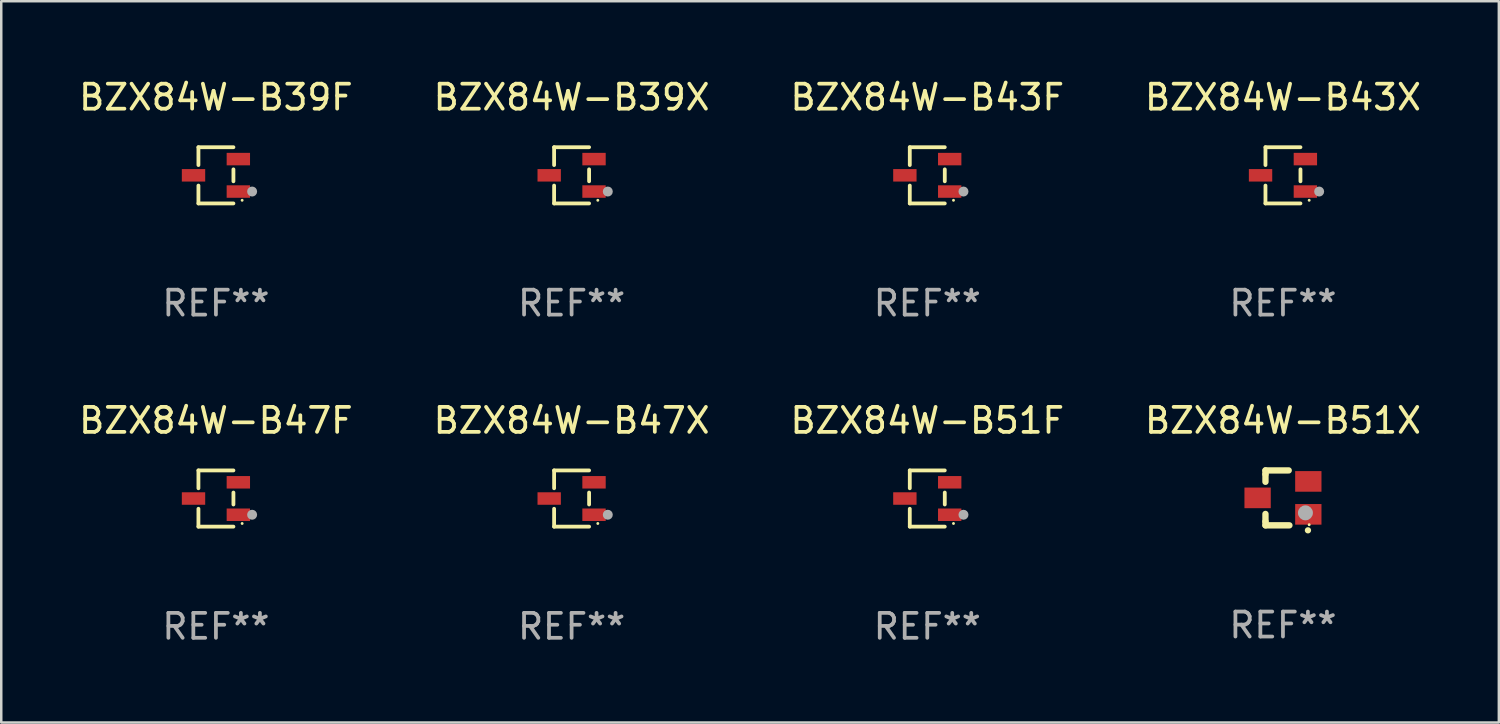
<source format=kicad_pcb>
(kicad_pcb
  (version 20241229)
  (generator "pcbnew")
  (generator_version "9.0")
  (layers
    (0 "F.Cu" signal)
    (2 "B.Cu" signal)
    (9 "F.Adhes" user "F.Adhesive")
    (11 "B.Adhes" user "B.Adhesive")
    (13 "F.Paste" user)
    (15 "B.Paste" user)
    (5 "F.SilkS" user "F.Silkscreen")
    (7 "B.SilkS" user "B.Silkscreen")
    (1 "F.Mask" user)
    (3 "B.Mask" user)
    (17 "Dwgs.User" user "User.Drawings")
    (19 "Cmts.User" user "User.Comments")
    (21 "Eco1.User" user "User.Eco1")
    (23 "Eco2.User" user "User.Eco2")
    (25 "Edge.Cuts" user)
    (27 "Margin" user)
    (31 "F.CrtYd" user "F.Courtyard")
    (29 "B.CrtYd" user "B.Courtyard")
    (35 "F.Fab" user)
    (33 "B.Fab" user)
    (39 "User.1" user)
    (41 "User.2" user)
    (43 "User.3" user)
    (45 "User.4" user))
  (footprint "BZX84W-B43F"
    (layer "F.Cu")
    (at 34.101 3.974)
    (property "Reference" "BZX84W-B43F" (at 0 -3.126 0) (layer "F.SilkS") (effects (font (size 1 1) (thickness 0.15))))
    (attr through_hole)
    (fp_line (start -0.701 -1.126) (end -0.701 -0.411) (stroke (width 0.152) (type solid)) (layer "F.SilkS"))
    (fp_line (start -0.701 1.126) (end -0.701 0.411) (stroke (width 0.152) (type solid)) (layer "F.SilkS"))
    (fp_line (start 0.701 -1.126) (end -0.701 -1.126) (stroke (width 0.152) (type solid)) (layer "F.SilkS"))
    (fp_line (start 0.701 -0.239) (end 0.701 0.239) (stroke (width 0.152) (type solid)) (layer "F.SilkS"))
    (fp_line (start 0.701 1.126) (end -0.701 1.126) (stroke (width 0.152) (type solid)) (layer "F.SilkS"))
    (fp_circle (center 1.05 1) (end 1.08 1) (stroke (width 0.06) (type solid)) (fill no) (layer "F.SilkS"))
    (fp_circle (center 1.45 0.65) (end 1.55 0.65) (stroke (width 0.2) (type solid)) (fill no) (layer "F.Fab"))
    (fp_text user "REF**" (at 0 5.126 0) (layer "F.Fab") (effects (font (size 1 1) (thickness 0.15))))
    (pad "1" smd rect (at 0.898 0.65) (size 0.936 0.5) (layers "F.Cu" "F.Mask" "F.Paste"))
    (pad "2" smd rect (at 0.898 -0.65) (size 0.936 0.5) (layers "F.Cu" "F.Mask" "F.Paste"))
    (pad "3" smd rect (at -0.898 0) (size 0.936 0.5) (layers "F.Cu" "F.Mask" "F.Paste")))
  (footprint "BZX84W-B39F"
    (layer "F.Cu")
    (at 5.601 3.974)
    (property "Reference" "BZX84W-B39F" (at 0 -3.126 0) (layer "F.SilkS") (effects (font (size 1 1) (thickness 0.15))))
    (attr through_hole)
    (fp_line (start -0.701 -1.126) (end -0.701 -0.411) (stroke (width 0.152) (type solid)) (layer "F.SilkS"))
    (fp_line (start -0.701 1.126) (end -0.701 0.411) (stroke (width 0.152) (type solid)) (layer "F.SilkS"))
    (fp_line (start 0.701 -1.126) (end -0.701 -1.126) (stroke (width 0.152) (type solid)) (layer "F.SilkS"))
    (fp_line (start 0.701 -0.239) (end 0.701 0.239) (stroke (width 0.152) (type solid)) (layer "F.SilkS"))
    (fp_line (start 0.701 1.126) (end -0.701 1.126) (stroke (width 0.152) (type solid)) (layer "F.SilkS"))
    (fp_circle (center 1.05 1) (end 1.08 1) (stroke (width 0.06) (type solid)) (fill no) (layer "F.SilkS"))
    (fp_circle (center 1.45 0.65) (end 1.55 0.65) (stroke (width 0.2) (type solid)) (fill no) (layer "F.Fab"))
    (fp_text user "REF**" (at 0 5.126 0) (layer "F.Fab") (effects (font (size 1 1) (thickness 0.15))))
    (pad "1" smd rect (at 0.898 0.65) (size 0.936 0.5) (layers "F.Cu" "F.Mask" "F.Paste"))
    (pad "2" smd rect (at 0.898 -0.65) (size 0.936 0.5) (layers "F.Cu" "F.Mask" "F.Paste"))
    (pad "3" smd rect (at -0.898 0) (size 0.936 0.5) (layers "F.Cu" "F.Mask" "F.Paste")))
  (footprint "BZX84W-B43X"
    (layer "F.Cu")
    (at 48.351 3.974)
    (property "Reference" "BZX84W-B43X" (at 0 -3.126 0) (layer "F.SilkS") (effects (font (size 1 1) (thickness 0.15))))
    (attr through_hole)
    (fp_line (start -0.701 -1.126) (end -0.701 -0.411) (stroke (width 0.152) (type solid)) (layer "F.SilkS"))
    (fp_line (start -0.701 1.126) (end -0.701 0.411) (stroke (width 0.152) (type solid)) (layer "F.SilkS"))
    (fp_line (start 0.701 -1.126) (end -0.701 -1.126) (stroke (width 0.152) (type solid)) (layer "F.SilkS"))
    (fp_line (start 0.701 -0.239) (end 0.701 0.239) (stroke (width 0.152) (type solid)) (layer "F.SilkS"))
    (fp_line (start 0.701 1.126) (end -0.701 1.126) (stroke (width 0.152) (type solid)) (layer "F.SilkS"))
    (fp_circle (center 1.05 1) (end 1.08 1) (stroke (width 0.06) (type solid)) (fill no) (layer "F.SilkS"))
    (fp_circle (center 1.45 0.65) (end 1.55 0.65) (stroke (width 0.2) (type solid)) (fill no) (layer "F.Fab"))
    (fp_text user "REF**" (at 0 5.126 0) (layer "F.Fab") (effects (font (size 1 1) (thickness 0.15))))
    (pad "1" smd rect (at 0.898 0.65) (size 0.936 0.5) (layers "F.Cu" "F.Mask" "F.Paste"))
    (pad "2" smd rect (at 0.898 -0.65) (size 0.936 0.5) (layers "F.Cu" "F.Mask" "F.Paste"))
    (pad "3" smd rect (at -0.898 0) (size 0.936 0.5) (layers "F.Cu" "F.Mask" "F.Paste")))
  (footprint "BZX84W-B47F"
    (layer "F.Cu")
    (at 5.601 16.923)
    (property "Reference" "BZX84W-B47F" (at 0 -3.126 0) (layer "F.SilkS") (effects (font (size 1 1) (thickness 0.15))))
    (attr through_hole)
    (fp_line (start -0.701 -1.126) (end -0.701 -0.411) (stroke (width 0.152) (type solid)) (layer "F.SilkS"))
    (fp_line (start -0.701 1.126) (end -0.701 0.411) (stroke (width 0.152) (type solid)) (layer "F.SilkS"))
    (fp_line (start 0.701 -1.126) (end -0.701 -1.126) (stroke (width 0.152) (type solid)) (layer "F.SilkS"))
    (fp_line (start 0.701 -0.239) (end 0.701 0.239) (stroke (width 0.152) (type solid)) (layer "F.SilkS"))
    (fp_line (start 0.701 1.126) (end -0.701 1.126) (stroke (width 0.152) (type solid)) (layer "F.SilkS"))
    (fp_circle (center 1.05 1) (end 1.08 1) (stroke (width 0.06) (type solid)) (fill no) (layer "F.SilkS"))
    (fp_circle (center 1.45 0.65) (end 1.55 0.65) (stroke (width 0.2) (type solid)) (fill no) (layer "F.Fab"))
    (fp_text user "REF**" (at 0 5.126 0) (layer "F.Fab") (effects (font (size 1 1) (thickness 0.15))))
    (pad "1" smd rect (at 0.898 0.65) (size 0.936 0.5) (layers "F.Cu" "F.Mask" "F.Paste"))
    (pad "2" smd rect (at 0.898 -0.65) (size 0.936 0.5) (layers "F.Cu" "F.Mask" "F.Paste"))
    (pad "3" smd rect (at -0.898 0) (size 0.936 0.5) (layers "F.Cu" "F.Mask" "F.Paste")))
  (footprint "BZX84W-B51X"
    (layer "F.Cu")
    (at 48.351 16.897)
    (property "Reference" "BZX84W-B51X" (at 0 -3.1 0) (layer "F.SilkS") (effects (font (size 1 1) (thickness 0.15))))
    (attr through_hole)
    (fp_line (start -0.701 -0.95) (end -0.701 -1.1) (stroke (width 0.254) (type solid)) (layer "F.SilkS"))
    (fp_line (start -0.701 -0.644) (end -0.701 -0.95) (stroke (width 0.254) (type solid)) (layer "F.SilkS"))
    (fp_line (start -0.701 0.95) (end -0.701 0.644) (stroke (width 0.254) (type solid)) (layer "F.SilkS"))
    (fp_line (start -0.701 0.95) (end -0.701 1.1) (stroke (width 0.254) (type solid)) (layer "F.SilkS"))
    (fp_line (start -0.7 -1.1) (end 0.23 -1.1) (stroke (width 0.254) (type solid)) (layer "F.SilkS"))
    (fp_line (start -0.7 1.1) (end 0.258 1.1) (stroke (width 0.254) (type solid)) (layer "F.SilkS"))
    (fp_arc (start 1 1.3) (mid 1.00127 1.299994) (end 1.00254 1.3) (stroke (width 0.24892) (type solid)) (layer "F.SilkS"))
    (fp_circle (center 1.05 1.075) (end 1.08 1.075) (stroke (width 0.06) (type solid)) (fill no) (layer "F.SilkS"))
    (fp_circle (center 0.9 0.6) (end 1.05 0.6) (stroke (width 0.3) (type solid)) (fill no) (layer "F.Fab"))
    (fp_text user "REF**" (at 0 5.1 0) (layer "F.Fab") (effects (font (size 1 1) (thickness 0.15))))
    (pad "1" smd rect (at 1.016 0.66) (size 1.054 0.826) (layers "F.Cu" "F.Mask" "F.Paste"))
    (pad "2" smd rect (at 1.016 -0.66) (size 1.054 0.826) (layers "F.Cu" "F.Mask" "F.Paste"))
    (pad "3" smd rect (at -1.016 0) (size 1.054 0.826) (layers "F.Cu" "F.Mask" "F.Paste")))
  (footprint "BZX84W-B47X"
    (layer "F.Cu")
    (at 19.851 16.923)
    (property "Reference" "BZX84W-B47X" (at 0 -3.126 0) (layer "F.SilkS") (effects (font (size 1 1) (thickness 0.15))))
    (attr through_hole)
    (fp_line (start -0.701 -1.126) (end -0.701 -0.411) (stroke (width 0.152) (type solid)) (layer "F.SilkS"))
    (fp_line (start -0.701 1.126) (end -0.701 0.411) (stroke (width 0.152) (type solid)) (layer "F.SilkS"))
    (fp_line (start 0.701 -1.126) (end -0.701 -1.126) (stroke (width 0.152) (type solid)) (layer "F.SilkS"))
    (fp_line (start 0.701 -0.239) (end 0.701 0.239) (stroke (width 0.152) (type solid)) (layer "F.SilkS"))
    (fp_line (start 0.701 1.126) (end -0.701 1.126) (stroke (width 0.152) (type solid)) (layer "F.SilkS"))
    (fp_circle (center 1.05 1) (end 1.08 1) (stroke (width 0.06) (type solid)) (fill no) (layer "F.SilkS"))
    (fp_circle (center 1.45 0.65) (end 1.55 0.65) (stroke (width 0.2) (type solid)) (fill no) (layer "F.Fab"))
    (fp_text user "REF**" (at 0 5.126 0) (layer "F.Fab") (effects (font (size 1 1) (thickness 0.15))))
    (pad "1" smd rect (at 0.898 0.65) (size 0.936 0.5) (layers "F.Cu" "F.Mask" "F.Paste"))
    (pad "2" smd rect (at 0.898 -0.65) (size 0.936 0.5) (layers "F.Cu" "F.Mask" "F.Paste"))
    (pad "3" smd rect (at -0.898 0) (size 0.936 0.5) (layers "F.Cu" "F.Mask" "F.Paste")))
  (footprint "BZX84W-B51F"
    (layer "F.Cu")
    (at 34.101 16.923)
    (property "Reference" "BZX84W-B51F" (at 0 -3.126 0) (layer "F.SilkS") (effects (font (size 1 1) (thickness 0.15))))
    (attr through_hole)
    (fp_line (start -0.701 -1.126) (end -0.701 -0.411) (stroke (width 0.152) (type solid)) (layer "F.SilkS"))
    (fp_line (start -0.701 1.126) (end -0.701 0.411) (stroke (width 0.152) (type solid)) (layer "F.SilkS"))
    (fp_line (start 0.701 -1.126) (end -0.701 -1.126) (stroke (width 0.152) (type solid)) (layer "F.SilkS"))
    (fp_line (start 0.701 -0.239) (end 0.701 0.239) (stroke (width 0.152) (type solid)) (layer "F.SilkS"))
    (fp_line (start 0.701 1.126) (end -0.701 1.126) (stroke (width 0.152) (type solid)) (layer "F.SilkS"))
    (fp_circle (center 1.05 1) (end 1.08 1) (stroke (width 0.06) (type solid)) (fill no) (layer "F.SilkS"))
    (fp_circle (center 1.45 0.65) (end 1.55 0.65) (stroke (width 0.2) (type solid)) (fill no) (layer "F.Fab"))
    (fp_text user "REF**" (at 0 5.126 0) (layer "F.Fab") (effects (font (size 1 1) (thickness 0.15))))
    (pad "1" smd rect (at 0.898 0.65) (size 0.936 0.5) (layers "F.Cu" "F.Mask" "F.Paste"))
    (pad "2" smd rect (at 0.898 -0.65) (size 0.936 0.5) (layers "F.Cu" "F.Mask" "F.Paste"))
    (pad "3" smd rect (at -0.898 0) (size 0.936 0.5) (layers "F.Cu" "F.Mask" "F.Paste")))
  (footprint "BZX84W-B39X"
    (layer "F.Cu")
    (at 19.851 3.974)
    (property "Reference" "BZX84W-B39X" (at 0 -3.126 0) (layer "F.SilkS") (effects (font (size 1 1) (thickness 0.15))))
    (attr through_hole)
    (fp_line (start -0.701 -1.126) (end -0.701 -0.411) (stroke (width 0.152) (type solid)) (layer "F.SilkS"))
    (fp_line (start -0.701 1.126) (end -0.701 0.411) (stroke (width 0.152) (type solid)) (layer "F.SilkS"))
    (fp_line (start 0.701 -1.126) (end -0.701 -1.126) (stroke (width 0.152) (type solid)) (layer "F.SilkS"))
    (fp_line (start 0.701 -0.239) (end 0.701 0.239) (stroke (width 0.152) (type solid)) (layer "F.SilkS"))
    (fp_line (start 0.701 1.126) (end -0.701 1.126) (stroke (width 0.152) (type solid)) (layer "F.SilkS"))
    (fp_circle (center 1.05 1) (end 1.08 1) (stroke (width 0.06) (type solid)) (fill no) (layer "F.SilkS"))
    (fp_circle (center 1.45 0.65) (end 1.55 0.65) (stroke (width 0.2) (type solid)) (fill no) (layer "F.Fab"))
    (fp_text user "REF**" (at 0 5.126 0) (layer "F.Fab") (effects (font (size 1 1) (thickness 0.15))))
    (pad "1" smd rect (at 0.898 0.65) (size 0.936 0.5) (layers "F.Cu" "F.Mask" "F.Paste"))
    (pad "2" smd rect (at 0.898 -0.65) (size 0.936 0.5) (layers "F.Cu" "F.Mask" "F.Paste"))
    (pad "3" smd rect (at -0.898 0) (size 0.936 0.5) (layers "F.Cu" "F.Mask" "F.Paste")))
  (gr_rect
    (start -3 -3)
    (end 57 25.898)
    (stroke (width 0.1) (type default))
    (fill no)
    (layer "Edge.Cuts")))
</source>
